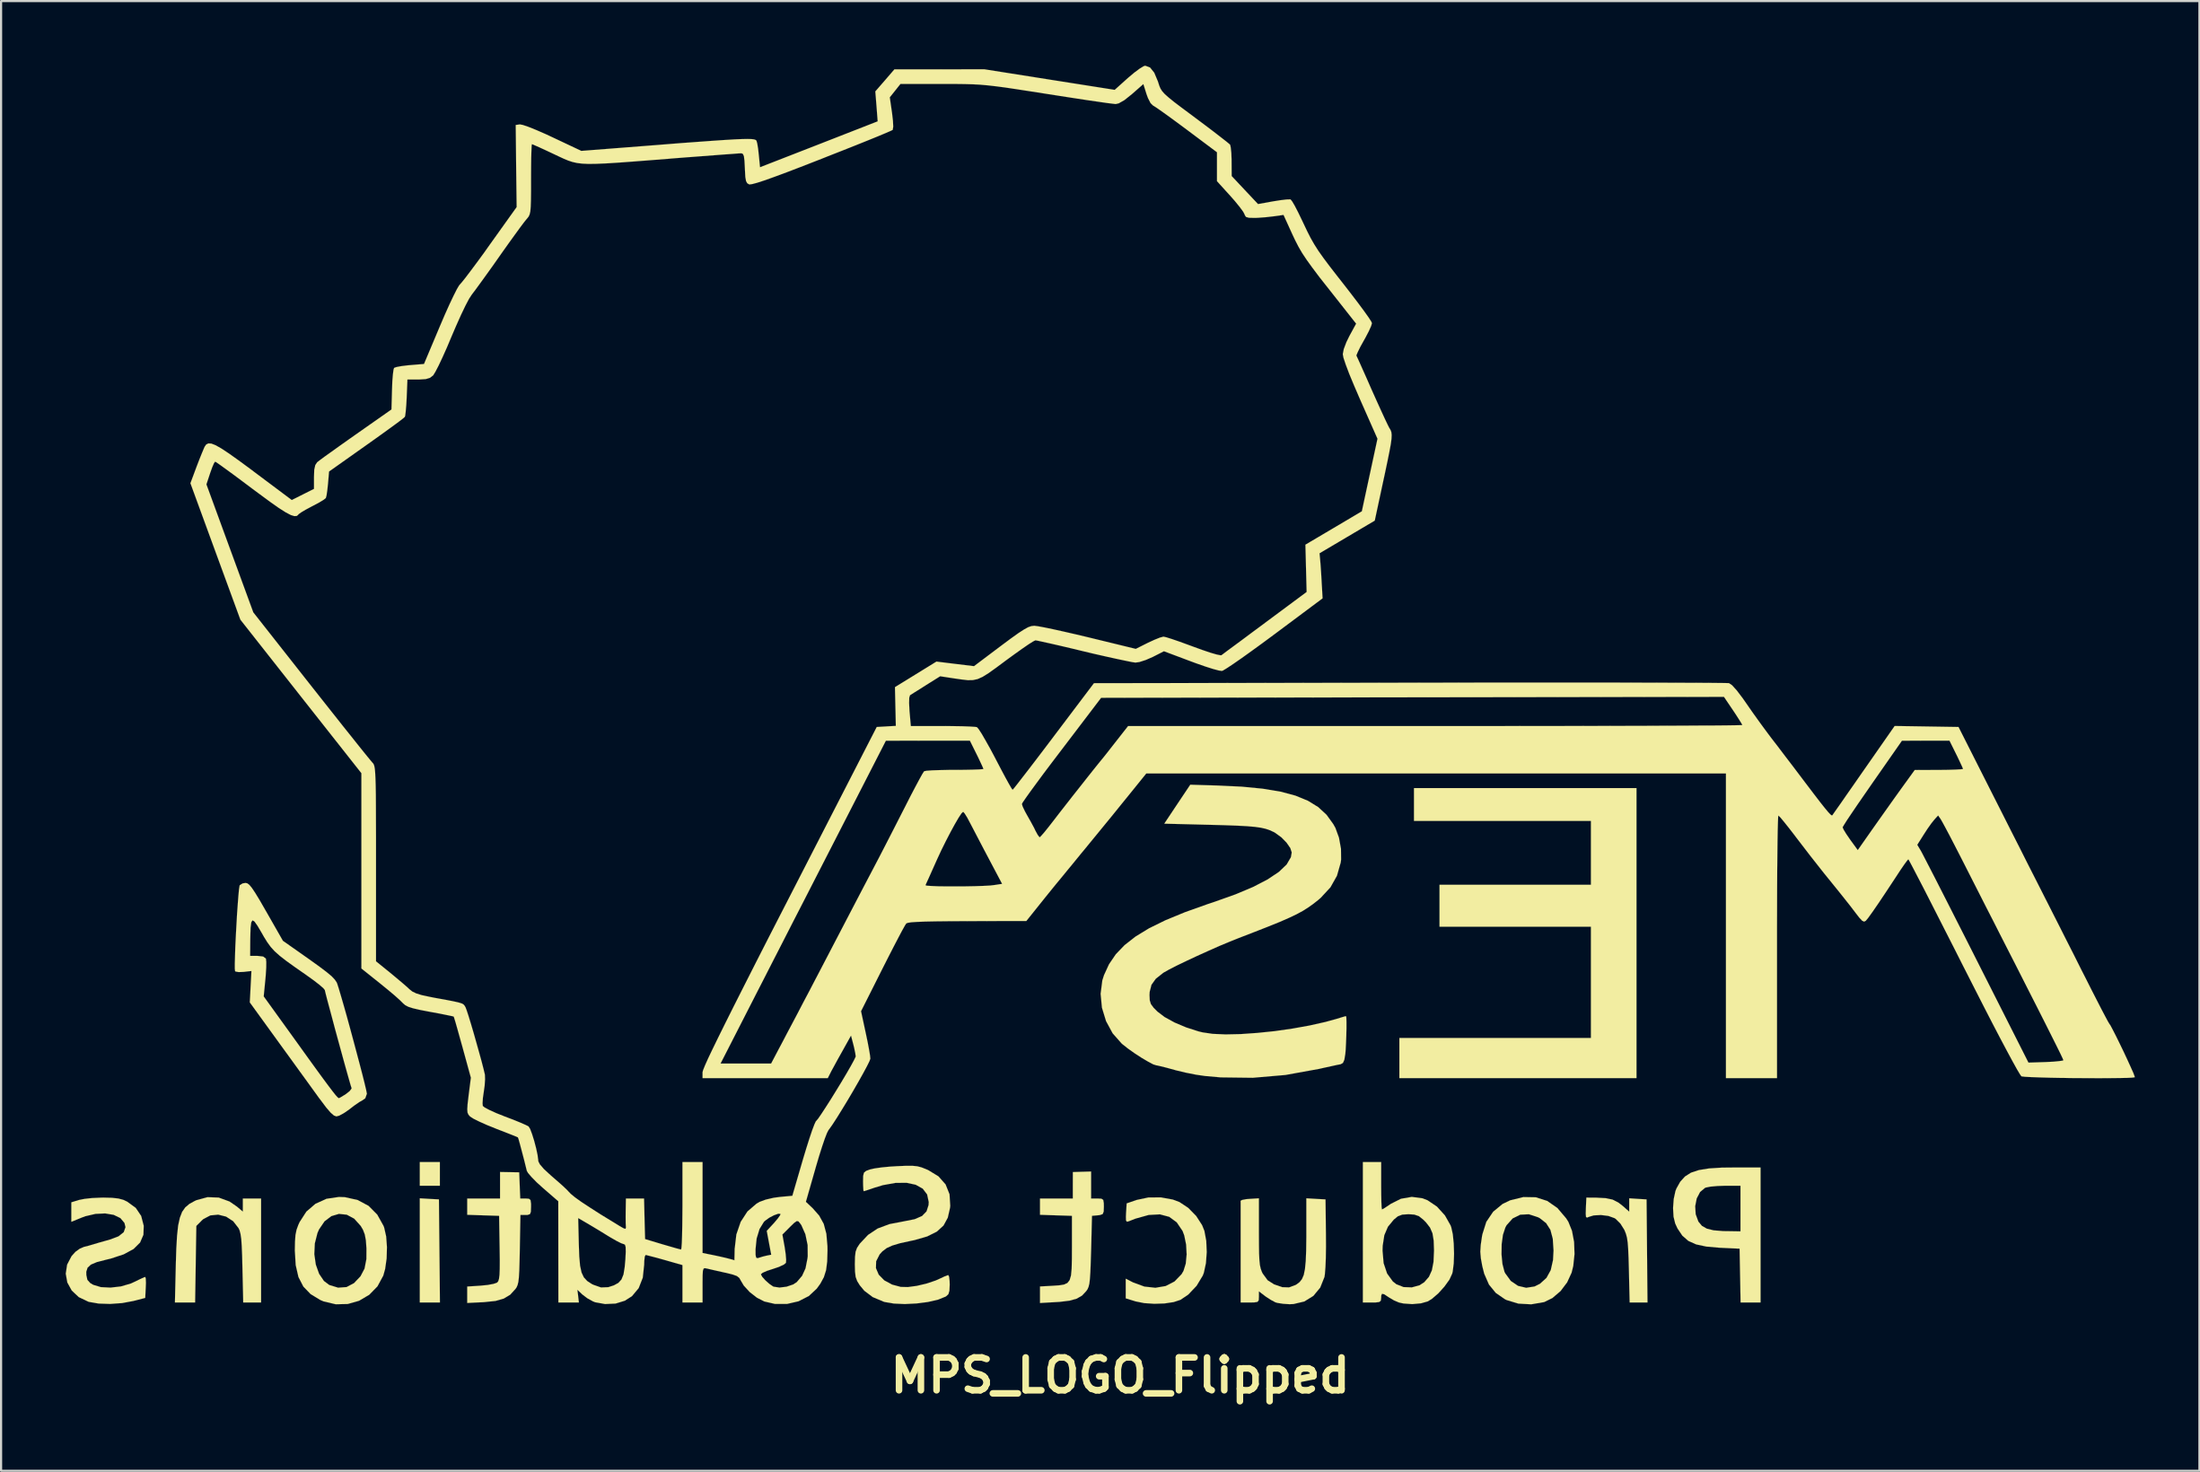
<source format=kicad_pcb>
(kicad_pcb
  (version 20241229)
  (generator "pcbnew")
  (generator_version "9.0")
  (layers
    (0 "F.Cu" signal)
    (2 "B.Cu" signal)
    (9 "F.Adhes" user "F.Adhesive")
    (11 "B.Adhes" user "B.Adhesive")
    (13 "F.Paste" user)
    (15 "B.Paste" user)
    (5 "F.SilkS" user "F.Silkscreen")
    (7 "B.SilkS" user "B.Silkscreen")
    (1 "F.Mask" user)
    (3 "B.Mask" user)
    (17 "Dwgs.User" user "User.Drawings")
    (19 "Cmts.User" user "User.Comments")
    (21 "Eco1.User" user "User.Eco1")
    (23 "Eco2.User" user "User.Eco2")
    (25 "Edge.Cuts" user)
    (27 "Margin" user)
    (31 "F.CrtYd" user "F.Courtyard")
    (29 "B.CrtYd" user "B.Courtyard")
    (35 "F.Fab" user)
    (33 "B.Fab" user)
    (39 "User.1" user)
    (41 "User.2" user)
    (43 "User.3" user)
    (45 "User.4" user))
  (footprint "MPS_LOGO_Flipped"
    (layer "F.Cu")
    (at 48.945 29.379)
    (property "Reference" "MPS_LOGO_Flipped" (at 0 31.41 0) (layer "F.SilkS") (effects (font (size 1.524 1.524) (thickness 0.305))))
    (attr through_hole)
    (fp_poly (pts (xy -31.58 22.606) (xy -32.512 22.606) (xy -32.512 21.506) (xy -31.58 21.506) (xy -31.58 22.606)) (stroke (width 0.003) (type solid)) (fill yes) (layer "F.SilkS"))
    (fp_poly (pts (xy -31.577 28.026) (xy -32.045 28.026) (xy -32.512 28.026) (xy -32.512 25.608) (xy -32.512 23.19) (xy -32.068 23.216) (xy -31.623 23.241) (xy -31.6 25.634) (xy -31.577 28.026)) (stroke (width 0.003) (type solid)) (fill yes) (layer "F.SilkS"))
    (fp_poly (pts (xy 23.96 17.612) (xy 12.954 17.612) (xy 12.954 15.748) (xy 21.844 15.748) (xy 21.844 10.584) (xy 14.816 10.584) (xy 14.816 8.636) (xy 21.844 8.636) (xy 21.844 5.674) (xy 13.632 5.674) (xy 13.632 4.15) (xy 23.96 4.15) (xy 23.96 17.612)) (stroke (width 0.003) (type solid)) (fill yes) (layer "F.SilkS"))
    (fp_poly (pts (xy 24.47 28.026) (xy 24.056 28.026) (xy 23.642 28.026) (xy 23.607 26.52) (xy 23.592 25.966) (xy 23.574 25.55) (xy 23.551 25.243) (xy 23.518 25.016) (xy 23.47 24.839) (xy 23.409 24.684) (xy 23.386 24.638) (xy 23.211 24.361) (xy 22.997 24.148) (xy 22.939 24.11) (xy 22.657 24.008) (xy 22.309 23.965) (xy 21.974 23.983) (xy 21.753 24.049) (xy 21.661 24.087) (xy 21.615 24.051) (xy 21.603 23.909) (xy 21.61 23.647) (xy 21.633 23.157) (xy 22.098 23.16) (xy 22.53 23.183) (xy 22.852 23.251) (xy 23.119 23.388) (xy 23.325 23.548) (xy 23.622 23.81) (xy 23.622 23.5) (xy 23.622 23.19) (xy 24.023 23.216) (xy 24.427 23.241) (xy 24.448 25.634) (xy 24.47 28.026)) (stroke (width 0.003) (type solid)) (fill yes) (layer "F.SilkS"))
    (fp_poly (pts (xy -39.878 28.026) (xy -40.292 28.026) (xy -40.706 28.026) (xy -40.742 26.439) (xy -40.757 25.85) (xy -40.775 25.405) (xy -40.797 25.08) (xy -40.831 24.846) (xy -40.874 24.681) (xy -40.922 24.575) (xy -41.173 24.252) (xy -41.501 24.039) (xy -41.867 23.947) (xy -42.233 23.983) (xy -42.56 24.155) (xy -42.626 24.214) (xy -42.883 24.473) (xy -42.911 26.248) (xy -42.939 28.026) (xy -43.409 28.026) (xy -43.876 28.026) (xy -43.835 26.269) (xy -43.812 25.522) (xy -43.777 24.922) (xy -43.726 24.453) (xy -43.647 24.092) (xy -43.541 23.818) (xy -43.396 23.612) (xy -43.208 23.452) (xy -42.969 23.32) (xy -42.883 23.279) (xy -42.362 23.137) (xy -41.841 23.157) (xy -41.341 23.34) (xy -41.001 23.574) (xy -40.724 23.807) (xy -40.724 23.503) (xy -40.724 23.2) (xy -40.302 23.2) (xy -39.878 23.2) (xy -39.878 25.613) (xy -39.878 28.026)) (stroke (width 0.003) (type solid)) (fill yes) (layer "F.SilkS"))
    (fp_poly (pts (xy -0.762 23.574) (xy -0.77 23.807) (xy -0.818 23.922) (xy -0.937 23.965) (xy -1.036 23.978) (xy -1.313 24.003) (xy -1.354 25.629) (xy -1.372 26.198) (xy -1.389 26.624) (xy -1.41 26.934) (xy -1.435 27.15) (xy -1.473 27.302) (xy -1.521 27.412) (xy -1.575 27.49) (xy -1.77 27.701) (xy -2.019 27.846) (xy -2.352 27.94) (xy -2.809 27.996) (xy -2.977 28.006) (xy -3.726 28.049) (xy -3.726 27.666) (xy -3.726 27.282) (xy -3.134 27.249) (xy -2.835 27.229) (xy -2.611 27.193) (xy -2.454 27.12) (xy -2.349 26.985) (xy -2.286 26.769) (xy -2.256 26.446) (xy -2.245 25.999) (xy -2.243 25.461) (xy -2.243 24.003) (xy -2.985 23.98) (xy -3.726 23.955) (xy -3.726 23.576) (xy -3.726 23.2) (xy -2.964 23.2) (xy -2.202 23.2) (xy -2.202 22.586) (xy -2.2 21.971) (xy -1.778 21.958) (xy -1.354 21.946) (xy -1.354 22.573) (xy -1.354 23.2) (xy -1.059 23.2) (xy -0.876 23.208) (xy -0.79 23.264) (xy -0.765 23.414) (xy -0.762 23.574)) (stroke (width 0.003) (type solid)) (fill yes) (layer "F.SilkS"))
    (fp_poly (pts (xy 29.718 28.026) (xy 29.253 28.026) (xy 28.791 28.026) (xy 28.786 27.747) (xy 28.786 24.724) (xy 28.786 23.665) (xy 28.786 22.606) (xy 28.07 22.606) (xy 27.711 22.619) (xy 27.396 22.647) (xy 27.178 22.69) (xy 27.142 22.703) (xy 26.911 22.896) (xy 26.754 23.195) (xy 26.683 23.556) (xy 26.706 23.929) (xy 26.83 24.267) (xy 26.835 24.275) (xy 26.995 24.468) (xy 27.219 24.597) (xy 27.536 24.676) (xy 27.981 24.712) (xy 28.174 24.714) (xy 28.786 24.724) (xy 28.786 27.747) (xy 28.768 26.777) (xy 28.745 25.527) (xy 27.813 25.484) (xy 27.201 25.43) (xy 26.728 25.329) (xy 26.365 25.166) (xy 26.086 24.922) (xy 25.862 24.587) (xy 25.756 24.359) (xy 25.679 24.046) (xy 25.657 23.642) (xy 25.687 23.221) (xy 25.768 22.85) (xy 25.814 22.733) (xy 25.989 22.421) (xy 26.208 22.179) (xy 26.487 22.001) (xy 26.853 21.88) (xy 27.328 21.803) (xy 27.932 21.765) (xy 28.451 21.76) (xy 29.718 21.76) (xy 29.718 24.892) (xy 29.718 28.026)) (stroke (width 0.003) (type solid)) (fill yes) (layer "F.SilkS"))
    (fp_poly (pts (xy 4.013 25.684) (xy 3.975 26.2) (xy 3.879 26.645) (xy 3.828 26.777) (xy 3.541 27.252) (xy 3.155 27.658) (xy 2.794 27.902) (xy 2.477 28.006) (xy 2.052 28.07) (xy 1.577 28.085) (xy 1.11 28.054) (xy 0.706 27.973) (xy 0.699 27.97) (xy 0.254 27.833) (xy 0.254 27.379) (xy 0.254 26.921) (xy 0.592 27.094) (xy 1.118 27.287) (xy 1.631 27.343) (xy 2.106 27.262) (xy 2.517 27.051) (xy 2.842 26.716) (xy 2.934 26.561) (xy 3.04 26.223) (xy 3.081 25.794) (xy 3.056 25.334) (xy 2.969 24.91) (xy 2.891 24.704) (xy 2.621 24.305) (xy 2.273 24.049) (xy 1.839 23.934) (xy 1.318 23.962) (xy 0.706 24.133) (xy 0.396 24.254) (xy 0.31 24.277) (xy 0.267 24.219) (xy 0.262 24.051) (xy 0.269 23.873) (xy 0.297 23.426) (xy 0.762 23.266) (xy 1.3 23.152) (xy 1.882 23.147) (xy 2.441 23.249) (xy 2.748 23.365) (xy 3.157 23.637) (xy 3.523 24.011) (xy 3.797 24.435) (xy 3.904 24.701) (xy 3.99 25.164) (xy 4.013 25.684)) (stroke (width 0.003) (type solid)) (fill yes) (layer "F.SilkS"))
    (fp_poly (pts (xy -27.348 23.581) (xy -27.356 23.815) (xy -27.399 23.924) (xy -27.506 23.96) (xy -27.595 23.962) (xy -27.841 23.962) (xy -27.869 25.563) (xy -27.882 26.129) (xy -27.894 26.551) (xy -27.912 26.855) (xy -27.937 27.069) (xy -27.973 27.216) (xy -28.021 27.325) (xy -28.077 27.404) (xy -28.318 27.666) (xy -28.613 27.843) (xy -28.994 27.953) (xy -29.5 28.006) (xy -29.566 28.011) (xy -30.31 28.047) (xy -30.31 27.666) (xy -30.31 27.285) (xy -29.68 27.244) (xy -29.352 27.211) (xy -29.083 27.16) (xy -28.923 27.102) (xy -28.915 27.094) (xy -28.867 27.033) (xy -28.834 26.921) (xy -28.811 26.739) (xy -28.801 26.457) (xy -28.799 26.058) (xy -28.806 25.512) (xy -28.806 25.494) (xy -28.829 24.003) (xy -29.571 23.98) (xy -30.31 23.955) (xy -30.31 23.576) (xy -30.31 23.2) (xy -29.548 23.2) (xy -28.786 23.2) (xy -28.786 22.583) (xy -28.786 21.968) (xy -28.341 21.976) (xy -27.897 21.984) (xy -27.874 22.591) (xy -27.849 23.2) (xy -27.597 23.2) (xy -27.445 23.211) (xy -27.371 23.274) (xy -27.348 23.439) (xy -27.348 23.581)) (stroke (width 0.003) (type solid)) (fill yes) (layer "F.SilkS"))
    (fp_poly (pts (xy -34.036 25.456) (xy -34.051 25.982) (xy -34.12 26.469) (xy -34.206 26.777) (xy -34.475 27.275) (xy -34.859 27.668) (xy -34.986 27.742) (xy -34.986 25.517) (xy -35.014 25.136) (xy -35.065 24.864) (xy -35.149 24.646) (xy -35.255 24.468) (xy -35.557 24.133) (xy -35.9 23.95) (xy -36.264 23.912) (xy -36.614 24.016) (xy -36.932 24.257) (xy -37.188 24.633) (xy -37.262 24.803) (xy -37.384 25.283) (xy -37.407 25.784) (xy -37.338 26.266) (xy -37.186 26.693) (xy -36.96 27.028) (xy -36.711 27.214) (xy -36.302 27.338) (xy -35.911 27.31) (xy -35.57 27.13) (xy -35.563 27.125) (xy -35.263 26.81) (xy -35.075 26.452) (xy -34.989 26.01) (xy -34.986 25.517) (xy -34.986 27.742) (xy -35.329 27.945) (xy -35.855 28.095) (xy -36.411 28.108) (xy -36.972 27.976) (xy -37.127 27.91) (xy -37.579 27.635) (xy -37.915 27.287) (xy -38.143 26.845) (xy -38.27 26.292) (xy -38.311 25.613) (xy -38.303 25.192) (xy -38.28 24.889) (xy -38.23 24.646) (xy -38.143 24.409) (xy -38.087 24.29) (xy -37.775 23.807) (xy -37.353 23.444) (xy -36.843 23.213) (xy -36.264 23.127) (xy -35.989 23.137) (xy -35.397 23.269) (xy -34.889 23.541) (xy -34.486 23.947) (xy -34.193 24.473) (xy -34.163 24.557) (xy -34.072 24.961) (xy -34.036 25.456)) (stroke (width 0.003) (type solid)) (fill yes) (layer "F.SilkS"))
    (fp_poly (pts (xy 21.082 25.778) (xy 21.024 26.33) (xy 20.947 26.642) (xy 20.739 27.092) (xy 20.432 27.498) (xy 20.109 27.772) (xy 20.109 25.613) (xy 20.074 25.067) (xy 19.964 24.653) (xy 19.766 24.343) (xy 19.469 24.11) (xy 19.39 24.069) (xy 18.964 23.929) (xy 18.562 23.95) (xy 18.209 24.125) (xy 17.927 24.442) (xy 17.871 24.547) (xy 17.76 24.884) (xy 17.701 25.319) (xy 17.694 25.791) (xy 17.737 26.238) (xy 17.831 26.599) (xy 17.864 26.667) (xy 18.125 27.026) (xy 18.461 27.254) (xy 18.839 27.343) (xy 19.23 27.282) (xy 19.482 27.155) (xy 19.782 26.883) (xy 19.98 26.523) (xy 20.086 26.053) (xy 20.109 25.613) (xy 20.109 27.772) (xy 20.061 27.816) (xy 19.675 28.006) (xy 19.073 28.11) (xy 18.476 28.077) (xy 17.932 27.912) (xy 17.854 27.874) (xy 17.427 27.579) (xy 17.112 27.193) (xy 16.891 26.688) (xy 16.802 26.335) (xy 16.736 25.974) (xy 16.711 25.669) (xy 16.731 25.352) (xy 16.789 24.956) (xy 16.81 24.851) (xy 16.99 24.282) (xy 17.308 23.812) (xy 17.742 23.454) (xy 18.095 23.284) (xy 18.71 23.132) (xy 19.286 23.142) (xy 19.815 23.312) (xy 20.287 23.64) (xy 20.696 24.122) (xy 20.798 24.285) (xy 20.965 24.699) (xy 21.062 25.215) (xy 21.082 25.778)) (stroke (width 0.003) (type solid)) (fill yes) (layer "F.SilkS"))
    (fp_poly (pts (xy 9.548 25.428) (xy 9.54 25.949) (xy 9.522 26.386) (xy 9.497 26.703) (xy 9.477 26.84) (xy 9.279 27.335) (xy 8.961 27.719) (xy 8.542 27.978) (xy 8.039 28.097) (xy 7.856 28.105) (xy 7.554 28.085) (xy 7.292 28.044) (xy 7.198 28.016) (xy 6.993 27.907) (xy 6.754 27.752) (xy 6.711 27.719) (xy 6.434 27.508) (xy 6.434 27.767) (xy 6.426 27.92) (xy 6.37 27.996) (xy 6.223 28.021) (xy 6.012 28.026) (xy 5.588 28.026) (xy 5.588 25.697) (xy 5.588 25.085) (xy 5.588 24.529) (xy 5.588 24.049) (xy 5.588 23.673) (xy 5.588 23.416) (xy 5.585 23.307) (xy 5.585 23.305) (xy 5.662 23.264) (xy 5.857 23.228) (xy 6.01 23.216) (xy 6.434 23.19) (xy 6.434 24.765) (xy 6.436 25.329) (xy 6.441 25.753) (xy 6.457 26.063) (xy 6.48 26.286) (xy 6.518 26.457) (xy 6.568 26.596) (xy 6.609 26.68) (xy 6.838 26.993) (xy 7.137 27.183) (xy 7.516 27.315) (xy 7.831 27.325) (xy 8.133 27.214) (xy 8.186 27.183) (xy 8.326 27.076) (xy 8.435 26.937) (xy 8.517 26.744) (xy 8.572 26.474) (xy 8.608 26.106) (xy 8.628 25.621) (xy 8.636 24.991) (xy 8.636 24.783) (xy 8.636 23.19) (xy 9.081 23.216) (xy 9.525 23.241) (xy 9.545 24.851) (xy 9.548 25.428)) (stroke (width 0.003) (type solid)) (fill yes) (layer "F.SilkS"))
    (fp_poly (pts (xy -45.222 27.114) (xy -45.23 27.328) (xy -45.255 27.813) (xy -45.804 27.955) (xy -46.327 28.052) (xy -46.883 28.092) (xy -47.417 28.075) (xy -47.859 27.998) (xy -47.899 27.986) (xy -48.341 27.775) (xy -48.666 27.468) (xy -48.87 27.097) (xy -48.943 26.688) (xy -48.88 26.269) (xy -48.674 25.875) (xy -48.494 25.674) (xy -48.29 25.527) (xy -48.1 25.446) (xy -47.887 25.392) (xy -47.643 25.321) (xy -47.407 25.25) (xy -47.092 25.161) (xy -46.886 25.103) (xy -46.49 24.953) (xy -46.251 24.76) (xy -46.17 24.529) (xy -46.218 24.333) (xy -46.408 24.107) (xy -46.718 23.957) (xy -47.114 23.891) (xy -47.564 23.912) (xy -48.034 24.021) (xy -48.197 24.082) (xy -48.684 24.28) (xy -48.684 23.828) (xy -48.684 23.376) (xy -48.324 23.266) (xy -48.069 23.216) (xy -47.714 23.177) (xy -47.318 23.16) (xy -47.201 23.157) (xy -46.792 23.167) (xy -46.5 23.2) (xy -46.271 23.261) (xy -46.088 23.348) (xy -45.695 23.635) (xy -45.443 24.008) (xy -45.324 24.465) (xy -45.339 24.884) (xy -45.494 25.243) (xy -45.796 25.542) (xy -46.251 25.789) (xy -46.86 25.989) (xy -47.074 26.04) (xy -47.498 26.149) (xy -47.775 26.266) (xy -47.93 26.408) (xy -47.991 26.596) (xy -47.988 26.751) (xy -47.94 26.975) (xy -47.808 27.122) (xy -47.668 27.206) (xy -47.31 27.313) (xy -46.866 27.335) (xy -46.383 27.28) (xy -45.921 27.145) (xy -45.745 27.064) (xy -45.499 26.944) (xy -45.319 26.863) (xy -45.253 26.84) (xy -45.23 26.916) (xy -45.222 27.114)) (stroke (width 0.003) (type solid)) (fill yes) (layer "F.SilkS"))
    (fp_poly (pts (xy 15.491 25.761) (xy 15.476 26.218) (xy 15.428 26.594) (xy 15.405 26.685) (xy 15.276 26.965) (xy 15.044 27.287) (xy 14.762 27.6) (xy 14.562 27.772) (xy 14.562 25.618) (xy 14.562 25.611) (xy 14.547 25.154) (xy 14.491 24.813) (xy 14.376 24.547) (xy 14.186 24.303) (xy 14.061 24.178) (xy 13.858 24.016) (xy 13.647 23.945) (xy 13.378 23.927) (xy 13.086 23.947) (xy 12.88 24.026) (xy 12.695 24.178) (xy 12.423 24.508) (xy 12.255 24.9) (xy 12.179 25.39) (xy 12.172 25.621) (xy 12.222 26.2) (xy 12.383 26.68) (xy 12.649 27.048) (xy 12.812 27.178) (xy 13.147 27.31) (xy 13.531 27.325) (xy 13.891 27.226) (xy 14.11 27.084) (xy 14.326 26.835) (xy 14.463 26.533) (xy 14.539 26.139) (xy 14.562 25.618) (xy 14.562 27.772) (xy 14.468 27.854) (xy 14.275 27.973) (xy 13.955 28.064) (xy 13.551 28.1) (xy 13.145 28.072) (xy 12.936 28.026) (xy 12.703 27.927) (xy 12.461 27.783) (xy 12.456 27.78) (xy 12.253 27.645) (xy 12.149 27.62) (xy 12.111 27.706) (xy 12.108 27.813) (xy 12.093 27.94) (xy 12.024 28.001) (xy 11.854 28.024) (xy 11.684 28.026) (xy 11.26 28.026) (xy 11.26 24.765) (xy 11.26 21.506) (xy 11.684 21.506) (xy 12.108 21.506) (xy 12.108 22.606) (xy 12.111 23.015) (xy 12.118 23.355) (xy 12.129 23.597) (xy 12.144 23.703) (xy 12.146 23.708) (xy 12.233 23.663) (xy 12.41 23.548) (xy 12.558 23.447) (xy 13.028 23.211) (xy 13.531 23.124) (xy 14.028 23.19) (xy 14.262 23.282) (xy 14.696 23.574) (xy 15.067 23.983) (xy 15.331 24.45) (xy 15.362 24.536) (xy 15.433 24.859) (xy 15.476 25.288) (xy 15.491 25.761)) (stroke (width 0.003) (type solid)) (fill yes) (layer "F.SilkS"))
    (fp_poly (pts (xy -7.892 23.536) (xy -7.902 23.635) (xy -8.006 24.089) (xy -8.204 24.453) (xy -8.517 24.737) (xy -8.959 24.958) (xy -9.545 25.128) (xy -9.705 25.161) (xy -10.208 25.27) (xy -10.577 25.38) (xy -10.841 25.499) (xy -11.039 25.649) (xy -11.168 25.791) (xy -11.331 26.111) (xy -11.341 26.431) (xy -11.212 26.733) (xy -10.955 26.998) (xy -10.587 27.196) (xy -10.19 27.302) (xy -9.863 27.31) (xy -9.444 27.254) (xy -8.992 27.148) (xy -8.567 27.005) (xy -8.364 26.914) (xy -8.153 26.815) (xy -8.006 26.759) (xy -7.983 26.754) (xy -7.945 26.833) (xy -7.922 27.028) (xy -7.917 27.198) (xy -7.93 27.478) (xy -7.978 27.64) (xy -8.085 27.739) (xy -8.103 27.75) (xy -8.453 27.892) (xy -8.923 28.001) (xy -9.454 28.07) (xy -10 28.097) (xy -10.508 28.075) (xy -10.93 28.003) (xy -10.973 27.991) (xy -11.488 27.775) (xy -11.88 27.48) (xy -12.088 27.229) (xy -12.21 27.033) (xy -12.281 26.84) (xy -12.311 26.596) (xy -12.319 26.248) (xy -12.311 25.9) (xy -12.283 25.667) (xy -12.217 25.489) (xy -12.101 25.311) (xy -12.085 25.291) (xy -11.707 24.889) (xy -11.26 24.592) (xy -10.711 24.387) (xy -10.033 24.257) (xy -9.543 24.16) (xy -9.2 24.011) (xy -8.992 23.797) (xy -8.898 23.505) (xy -8.89 23.36) (xy -8.964 23.01) (xy -9.169 22.741) (xy -9.495 22.56) (xy -9.919 22.469) (xy -10.432 22.474) (xy -11.013 22.578) (xy -11.394 22.692) (xy -11.654 22.781) (xy -11.841 22.842) (xy -11.91 22.86) (xy -11.925 22.784) (xy -11.935 22.588) (xy -11.938 22.408) (xy -11.933 22.146) (xy -11.895 21.999) (xy -11.798 21.918) (xy -11.62 21.852) (xy -11.405 21.803) (xy -11.069 21.755) (xy -10.668 21.717) (xy -10.363 21.699) (xy -9.942 21.681) (xy -9.644 21.681) (xy -9.418 21.704) (xy -9.223 21.755) (xy -9.007 21.841) (xy -8.913 21.882) (xy -8.438 22.172) (xy -8.108 22.545) (xy -7.925 23.002) (xy -7.892 23.536)) (stroke (width 0.003) (type solid)) (fill yes) (layer "F.SilkS"))
    (fp_poly (pts (xy -34.968 18.339) (xy -35.042 18.547) (xy -35.159 18.631) (xy -35.326 18.727) (xy -35.565 18.893) (xy -35.679 18.981) (xy -35.679 18.098) (xy -35.679 18.07) (xy -35.72 17.94) (xy -35.796 17.676) (xy -35.9 17.308) (xy -36.025 16.861) (xy -36.162 16.36) (xy -36.307 15.832) (xy -36.452 15.301) (xy -36.586 14.796) (xy -36.708 14.341) (xy -36.81 13.962) (xy -36.881 13.686) (xy -36.916 13.538) (xy -36.919 13.523) (xy -36.985 13.439) (xy -37.165 13.282) (xy -37.435 13.073) (xy -37.76 12.84) (xy -37.777 12.827) (xy -38.298 12.464) (xy -38.702 12.174) (xy -39.009 11.935) (xy -39.243 11.727) (xy -39.428 11.524) (xy -39.586 11.308) (xy -39.741 11.059) (xy -39.842 10.881) (xy -40.041 10.544) (xy -40.183 10.343) (xy -40.277 10.287) (xy -40.335 10.386) (xy -40.366 10.638) (xy -40.378 11.054) (xy -40.381 11.199) (xy -40.386 11.938) (xy -40.046 11.938) (xy -39.781 11.968) (xy -39.654 12.065) (xy -39.652 12.075) (xy -39.637 12.215) (xy -39.639 12.479) (xy -39.66 12.819) (xy -39.677 13.015) (xy -39.756 13.818) (xy -38.163 16.027) (xy -37.681 16.698) (xy -37.287 17.242) (xy -36.972 17.673) (xy -36.728 18.001) (xy -36.546 18.24) (xy -36.419 18.4) (xy -36.332 18.496) (xy -36.281 18.537) (xy -36.266 18.542) (xy -36.182 18.501) (xy -36.012 18.397) (xy -35.941 18.352) (xy -35.766 18.214) (xy -35.679 18.098) (xy -35.679 18.981) (xy -35.771 19.053) (xy -36.022 19.228) (xy -36.248 19.352) (xy -36.38 19.388) (xy -36.495 19.347) (xy -36.647 19.215) (xy -36.855 18.974) (xy -37.132 18.605) (xy -37.196 18.522) (xy -37.427 18.202) (xy -37.734 17.777) (xy -38.095 17.28) (xy -38.486 16.739) (xy -38.885 16.19) (xy -39.113 15.875) (xy -40.401 14.097) (xy -40.363 13.368) (xy -40.325 12.639) (xy -40.683 12.68) (xy -40.912 12.69) (xy -41.062 12.664) (xy -41.084 12.647) (xy -41.097 12.537) (xy -41.097 12.289) (xy -41.087 11.933) (xy -41.072 11.493) (xy -41.049 11.006) (xy -41.021 10.498) (xy -40.993 9.997) (xy -40.96 9.538) (xy -40.93 9.144) (xy -40.902 8.849) (xy -40.876 8.682) (xy -40.869 8.659) (xy -40.737 8.575) (xy -40.599 8.552) (xy -40.516 8.57) (xy -40.422 8.641) (xy -40.305 8.783) (xy -40.15 9.014) (xy -39.944 9.352) (xy -39.675 9.82) (xy -39.632 9.893) (xy -38.865 11.237) (xy -37.656 12.088) (xy -37.191 12.421) (xy -36.848 12.68) (xy -36.609 12.878) (xy -36.457 13.038) (xy -36.368 13.17) (xy -36.347 13.221) (xy -36.276 13.442) (xy -36.175 13.782) (xy -36.048 14.219) (xy -35.905 14.724) (xy -35.753 15.278) (xy -35.598 15.852) (xy -35.446 16.421) (xy -35.303 16.96) (xy -35.176 17.445) (xy -35.075 17.849) (xy -35.004 18.148) (xy -34.971 18.316) (xy -34.968 18.339)) (stroke (width 0.003) (type solid)) (fill yes) (layer "F.SilkS"))
    (fp_poly (pts (xy 10.498 15.306) (xy 10.49 15.644) (xy 10.477 15.984) (xy 10.462 16.289) (xy 10.444 16.49) (xy 10.399 16.761) (xy 10.335 16.906) (xy 10.231 16.965) (xy 10.211 16.97) (xy 10.053 17) (xy 9.776 17.061) (xy 9.428 17.137) (xy 9.225 17.183) (xy 7.666 17.465) (xy 6.152 17.595) (xy 4.661 17.577) (xy 3.937 17.513) (xy 3.518 17.452) (xy 3.033 17.356) (xy 2.578 17.247) (xy 2.515 17.229) (xy 2.174 17.135) (xy 1.892 17.064) (xy 1.712 17.023) (xy 1.674 17.018) (xy 1.529 16.972) (xy 1.29 16.845) (xy 0.988 16.667) (xy 0.665 16.457) (xy 0.356 16.238) (xy 0.099 16.035) (xy 0.066 16.007) (xy -0.353 15.532) (xy -0.66 14.966) (xy -0.851 14.341) (xy -0.912 13.698) (xy -0.833 13.076) (xy -0.754 12.83) (xy -0.523 12.327) (xy -0.208 11.864) (xy 0.201 11.438) (xy 0.711 11.039) (xy 1.341 10.655) (xy 2.101 10.282) (xy 3.002 9.911) (xy 4.056 9.535) (xy 4.361 9.434) (xy 5.339 9.086) (xy 6.167 8.738) (xy 6.843 8.387) (xy 7.363 8.039) (xy 7.722 7.696) (xy 7.92 7.358) (xy 7.958 7.137) (xy 7.892 6.932) (xy 7.719 6.683) (xy 7.478 6.436) (xy 7.203 6.236) (xy 7.12 6.187) (xy 6.942 6.106) (xy 6.751 6.04) (xy 6.528 5.989) (xy 6.246 5.949) (xy 5.885 5.918) (xy 5.423 5.893) (xy 4.836 5.872) (xy 4.105 5.852) (xy 4.089 5.852) (xy 2.042 5.801) (xy 2.644 4.897) (xy 3.249 3.993) (xy 4.524 4.031) (xy 5.644 4.084) (xy 6.609 4.178) (xy 7.435 4.315) (xy 8.131 4.501) (xy 8.712 4.74) (xy 9.19 5.034) (xy 9.576 5.392) (xy 9.883 5.817) (xy 9.985 5.999) (xy 10.15 6.452) (xy 10.244 6.97) (xy 10.249 7.47) (xy 10.231 7.605) (xy 10.056 8.219) (xy 9.754 8.755) (xy 9.307 9.238) (xy 9.19 9.34) (xy 8.956 9.525) (xy 8.722 9.69) (xy 8.473 9.848) (xy 8.184 10.005) (xy 7.836 10.17) (xy 7.407 10.358) (xy 6.881 10.571) (xy 6.233 10.825) (xy 5.504 11.107) (xy 5.085 11.275) (xy 4.597 11.478) (xy 4.077 11.709) (xy 3.548 11.948) (xy 3.048 12.182) (xy 2.606 12.395) (xy 2.25 12.578) (xy 2.017 12.71) (xy 1.989 12.728) (xy 1.648 13) (xy 1.448 13.279) (xy 1.364 13.607) (xy 1.356 13.752) (xy 1.367 13.998) (xy 1.42 14.173) (xy 1.547 14.346) (xy 1.727 14.526) (xy 2.062 14.78) (xy 2.522 15.032) (xy 3.058 15.258) (xy 3.625 15.441) (xy 3.823 15.489) (xy 4.288 15.557) (xy 4.887 15.583) (xy 5.585 15.568) (xy 6.355 15.514) (xy 7.165 15.431) (xy 7.983 15.314) (xy 8.781 15.171) (xy 9.525 15.004) (xy 10.033 14.864) (xy 10.274 14.79) (xy 10.437 14.742) (xy 10.477 14.735) (xy 10.493 14.811) (xy 10.498 15.014) (xy 10.498 15.306)) (stroke (width 0.003) (type solid)) (fill yes) (layer "F.SilkS"))
    (fp_poly (pts (xy 47.087 17.572) (xy 46.987 17.587) (xy 46.744 17.6) (xy 46.383 17.607) (xy 45.928 17.612) (xy 45.405 17.615) (xy 44.841 17.612) (xy 44.26 17.61) (xy 43.772 17.602) (xy 43.772 16.779) (xy 43.739 16.698) (xy 43.64 16.487) (xy 43.472 16.147) (xy 43.233 15.669) (xy 42.926 15.057) (xy 42.545 14.303) (xy 42.09 13.409) (xy 41.562 12.367) (xy 41.105 11.473) (xy 40.841 10.955) (xy 40.523 10.328) (xy 40.17 9.639) (xy 39.809 8.928) (xy 39.459 8.24) (xy 39.268 7.864) (xy 39.116 7.564) (xy 39.116 3.261) (xy 39.08 3.172) (xy 38.986 2.969) (xy 38.854 2.69) (xy 38.801 2.583) (xy 38.486 1.948) (xy 37.384 1.948) (xy 36.279 1.951) (xy 34.907 3.917) (xy 34.552 4.43) (xy 34.229 4.897) (xy 33.955 5.301) (xy 33.736 5.626) (xy 33.592 5.855) (xy 33.528 5.964) (xy 33.525 5.969) (xy 33.571 6.076) (xy 33.691 6.274) (xy 33.863 6.525) (xy 33.873 6.54) (xy 34.229 7.028) (xy 34.897 6.076) (xy 35.225 5.611) (xy 35.596 5.088) (xy 35.959 4.577) (xy 36.218 4.216) (xy 36.873 3.31) (xy 37.993 3.307) (xy 38.407 3.302) (xy 38.753 3.292) (xy 38.997 3.279) (xy 39.111 3.264) (xy 39.116 3.261) (xy 39.116 7.564) (xy 38.986 7.31) (xy 38.722 6.797) (xy 38.489 6.347) (xy 38.296 5.984) (xy 38.158 5.73) (xy 38.085 5.603) (xy 38.085 5.601) (xy 37.958 5.42) (xy 37.785 5.611) (xy 37.648 5.781) (xy 37.465 6.038) (xy 37.3 6.292) (xy 36.99 6.782) (xy 37.153 7.054) (xy 37.219 7.176) (xy 37.353 7.435) (xy 37.551 7.818) (xy 37.805 8.311) (xy 38.105 8.9) (xy 38.448 9.573) (xy 38.824 10.315) (xy 39.23 11.113) (xy 39.654 11.951) (xy 39.733 12.108) (xy 42.151 16.891) (xy 42.962 16.866) (xy 43.31 16.848) (xy 43.581 16.822) (xy 43.744 16.797) (xy 43.772 16.779) (xy 43.772 17.602) (xy 43.685 17.602) (xy 43.147 17.592) (xy 42.667 17.579) (xy 42.273 17.564) (xy 41.986 17.549) (xy 41.836 17.531) (xy 41.824 17.526) (xy 41.758 17.435) (xy 41.62 17.203) (xy 41.42 16.843) (xy 41.161 16.363) (xy 40.848 15.773) (xy 40.49 15.088) (xy 40.091 14.313) (xy 39.657 13.462) (xy 39.192 12.548) (xy 39.141 12.449) (xy 38.71 11.595) (xy 38.298 10.787) (xy 37.917 10.038) (xy 37.572 9.36) (xy 37.267 8.763) (xy 37.008 8.265) (xy 36.805 7.874) (xy 36.662 7.605) (xy 36.586 7.468) (xy 36.576 7.455) (xy 36.515 7.521) (xy 36.383 7.701) (xy 36.2 7.968) (xy 35.997 8.278) (xy 35.565 8.933) (xy 35.207 9.469) (xy 34.922 9.883) (xy 34.717 10.168) (xy 34.6 10.31) (xy 34.524 10.348) (xy 34.432 10.305) (xy 34.293 10.155) (xy 34.12 9.931) (xy 33.876 9.611) (xy 33.584 9.243) (xy 33.31 8.9) (xy 33.302 8.89) (xy 32.642 8.075) (xy 32.022 7.287) (xy 31.382 6.454) (xy 31.285 6.325) (xy 31.029 5.994) (xy 30.808 5.718) (xy 30.643 5.519) (xy 30.551 5.428) (xy 30.544 5.425) (xy 30.533 5.507) (xy 30.523 5.743) (xy 30.513 6.124) (xy 30.505 6.632) (xy 30.498 7.259) (xy 30.49 7.986) (xy 30.485 8.804) (xy 30.483 9.698) (xy 30.48 10.653) (xy 30.48 11.516) (xy 30.48 17.612) (xy 29.294 17.612) (xy 28.872 17.612) (xy 28.872 1.224) (xy 28.826 1.138) (xy 28.707 0.947) (xy 28.537 0.683) (xy 28.445 0.546) (xy 28.019 -0.084) (xy 13.566 -0.064) (xy -0.889 -0.041) (xy -2.725 2.372) (xy -3.15 2.931) (xy -3.541 3.449) (xy -3.884 3.914) (xy -4.171 4.305) (xy -4.387 4.608) (xy -4.524 4.808) (xy -4.567 4.887) (xy -4.529 5.011) (xy -4.427 5.225) (xy -4.331 5.4) (xy -4.161 5.7) (xy -4 5.997) (xy -3.94 6.124) (xy -3.835 6.317) (xy -3.754 6.424) (xy -3.736 6.431) (xy -3.668 6.365) (xy -3.518 6.193) (xy -3.312 5.936) (xy -3.091 5.652) (xy -2.84 5.326) (xy -2.537 4.938) (xy -2.207 4.516) (xy -1.869 4.089) (xy -1.549 3.683) (xy -1.265 3.325) (xy -1.039 3.043) (xy -0.894 2.865) (xy -0.886 2.855) (xy -0.782 2.728) (xy -0.602 2.502) (xy -0.376 2.212) (xy -0.198 1.986) (xy 0.363 1.27) (xy 14.618 1.27) (xy 16.157 1.27) (xy 17.65 1.27) (xy 19.088 1.267) (xy 20.462 1.267) (xy 21.765 1.265) (xy 22.987 1.262) (xy 24.117 1.26) (xy 25.149 1.255) (xy 26.073 1.252) (xy 26.881 1.247) (xy 27.564 1.245) (xy 28.113 1.24) (xy 28.519 1.234) (xy 28.776 1.229) (xy 28.87 1.224) (xy 28.872 1.224) (xy 28.872 17.612) (xy 28.11 17.612) (xy 28.11 10.541) (xy 28.11 3.472) (xy 14.658 3.472) (xy 1.206 3.472) (xy 0.371 4.506) (xy 0.01 4.95) (xy -0.378 5.431) (xy -0.757 5.893) (xy -1.079 6.287) (xy -1.128 6.347) (xy -1.397 6.675) (xy -1.638 6.97) (xy -1.826 7.196) (xy -1.93 7.325) (xy -2.037 7.455) (xy -2.225 7.686) (xy -2.466 7.978) (xy -2.692 8.255) (xy -3.015 8.646) (xy -3.363 9.075) (xy -3.686 9.477) (xy -3.84 9.67) (xy -4.361 10.32) (xy -5.484 10.32) (xy -5.484 8.595) (xy -6.088 7.452) (xy -6.327 7) (xy -6.35 6.955) (xy -6.35 3.261) (xy -6.386 3.172) (xy -6.48 2.969) (xy -6.612 2.69) (xy -6.665 2.583) (xy -6.98 1.948) (xy -8.931 1.948) (xy -10.879 1.951) (xy -13.165 6.413) (xy -13.642 7.343) (xy -14.145 8.324) (xy -14.661 9.332) (xy -15.177 10.335) (xy -15.674 11.308) (xy -16.142 12.22) (xy -16.563 13.045) (xy -16.927 13.754) (xy -17.003 13.904) (xy -18.552 16.934) (xy -17.379 16.934) (xy -16.205 16.934) (xy -15.86 16.279) (xy -15.679 15.938) (xy -15.453 15.507) (xy -15.204 15.037) (xy -14.976 14.605) (xy -14.722 14.117) (xy -14.437 13.579) (xy -14.166 13.058) (xy -13.973 12.69) (xy -13.266 11.333) (xy -12.583 10.023) (xy -11.941 8.793) (xy -11.481 7.917) (xy -11.199 7.379) (xy -10.874 6.749) (xy -10.531 6.081) (xy -10.201 5.433) (xy -9.977 4.996) (xy -9.736 4.521) (xy -9.515 4.1) (xy -9.329 3.752) (xy -9.192 3.505) (xy -9.111 3.378) (xy -9.101 3.368) (xy -8.992 3.345) (xy -8.743 3.327) (xy -8.387 3.315) (xy -7.955 3.305) (xy -7.684 3.305) (xy -7.231 3.302) (xy -6.843 3.294) (xy -6.551 3.284) (xy -6.38 3.269) (xy -6.35 3.261) (xy -6.35 6.955) (xy -6.561 6.553) (xy -6.769 6.154) (xy -6.929 5.847) (xy -6.965 5.779) (xy -7.104 5.517) (xy -7.221 5.329) (xy -7.292 5.25) (xy -7.369 5.321) (xy -7.501 5.519) (xy -7.676 5.819) (xy -7.879 6.19) (xy -8.095 6.607) (xy -8.311 7.043) (xy -8.509 7.47) (xy -8.519 7.493) (xy -8.73 7.965) (xy -8.895 8.334) (xy -9.007 8.58) (xy -9.042 8.659) (xy -8.974 8.679) (xy -8.768 8.694) (xy -8.456 8.707) (xy -8.065 8.712) (xy -7.628 8.712) (xy -7.176 8.71) (xy -6.741 8.702) (xy -6.353 8.689) (xy -6.04 8.672) (xy -5.855 8.651) (xy -5.484 8.595) (xy -5.484 10.32) (xy -7.097 10.325) (xy -7.902 10.328) (xy -8.552 10.335) (xy -9.06 10.345) (xy -9.439 10.361) (xy -9.7 10.378) (xy -9.863 10.404) (xy -9.936 10.434) (xy -9.936 10.437) (xy -10 10.538) (xy -10.13 10.77) (xy -10.31 11.11) (xy -10.533 11.539) (xy -10.787 12.035) (xy -11.034 12.522) (xy -12.032 14.506) (xy -11.816 15.509) (xy -11.73 15.918) (xy -11.661 16.281) (xy -11.615 16.558) (xy -11.6 16.708) (xy -11.643 16.828) (xy -11.76 17.064) (xy -11.935 17.389) (xy -12.154 17.78) (xy -12.4 18.207) (xy -12.659 18.646) (xy -12.916 19.068) (xy -13.152 19.449) (xy -13.353 19.759) (xy -13.505 19.975) (xy -13.543 20.025) (xy -13.612 20.157) (xy -13.716 20.424) (xy -13.843 20.798) (xy -13.985 21.247) (xy -14.133 21.747) (xy -14.14 21.773) (xy -14.592 23.353) (xy -14.282 23.645) (xy -13.975 23.993) (xy -13.764 24.376) (xy -13.642 24.834) (xy -13.592 25.405) (xy -13.589 25.613) (xy -13.604 26.129) (xy -13.655 26.525) (xy -13.757 26.85) (xy -13.922 27.153) (xy -14.087 27.381) (xy -14.458 27.727) (xy -14.506 27.75) (xy -14.506 25.878) (xy -14.511 25.357) (xy -14.615 24.856) (xy -14.801 24.435) (xy -14.864 24.346) (xy -14.94 24.257) (xy -15.016 24.247) (xy -15.133 24.328) (xy -15.326 24.514) (xy -15.337 24.526) (xy -15.682 24.872) (xy -15.575 25.466) (xy -15.53 25.778) (xy -15.509 26.035) (xy -15.517 26.182) (xy -15.517 26.185) (xy -15.618 26.269) (xy -15.768 26.337) (xy -15.768 23.912) (xy -15.878 23.906) (xy -16.071 23.975) (xy -16.289 24.089) (xy -16.477 24.224) (xy -16.54 24.282) (xy -16.744 24.615) (xy -16.878 25.057) (xy -16.929 25.555) (xy -16.929 25.557) (xy -16.927 25.819) (xy -16.899 25.944) (xy -16.835 25.969) (xy -16.784 25.954) (xy -16.586 25.893) (xy -16.419 25.852) (xy -16.2 25.809) (xy -16.304 25.255) (xy -16.408 24.701) (xy -16.066 24.331) (xy -15.893 24.125) (xy -15.786 23.973) (xy -15.768 23.912) (xy -15.768 26.337) (xy -15.834 26.37) (xy -16.121 26.467) (xy -16.401 26.558) (xy -16.601 26.647) (xy -16.68 26.716) (xy -16.68 26.718) (xy -16.619 26.833) (xy -16.472 26.998) (xy -16.286 27.163) (xy -16.116 27.28) (xy -16.086 27.292) (xy -15.817 27.333) (xy -15.486 27.292) (xy -15.179 27.188) (xy -15.016 27.081) (xy -14.768 26.789) (xy -14.608 26.441) (xy -14.519 25.987) (xy -14.506 25.878) (xy -14.506 27.75) (xy -14.93 27.968) (xy -15.466 28.092) (xy -16.027 28.092) (xy -16.52 27.978) (xy -16.863 27.803) (xy -17.201 27.539) (xy -17.475 27.239) (xy -17.612 27.008) (xy -17.681 26.886) (xy -17.793 26.797) (xy -17.991 26.726) (xy -18.308 26.647) (xy -18.362 26.637) (xy -18.699 26.561) (xy -18.992 26.495) (xy -19.185 26.449) (xy -19.202 26.446) (xy -19.289 26.431) (xy -19.342 26.457) (xy -19.373 26.558) (xy -19.385 26.759) (xy -19.388 27.094) (xy -19.388 27.211) (xy -19.388 28.026) (xy -19.855 28.026) (xy -20.32 28.026) (xy -20.32 27.158) (xy -20.32 26.289) (xy -21.145 26.053) (xy -21.499 25.954) (xy -21.791 25.878) (xy -21.981 25.829) (xy -22.035 25.822) (xy -22.07 25.898) (xy -22.093 26.096) (xy -22.098 26.276) (xy -22.162 26.873) (xy -22.352 27.358) (xy -22.664 27.732) (xy -22.951 27.915) (xy -22.951 25.672) (xy -22.957 25.453) (xy -22.987 25.344) (xy -23.043 25.316) (xy -23.167 25.273) (xy -23.388 25.161) (xy -23.67 24.999) (xy -23.752 24.95) (xy -24.097 24.737) (xy -24.45 24.524) (xy -24.735 24.354) (xy -24.75 24.346) (xy -25.159 24.107) (xy -25.131 25.326) (xy -25.11 25.893) (xy -25.072 26.319) (xy -25.004 26.634) (xy -24.897 26.86) (xy -24.742 27.028) (xy -24.529 27.168) (xy -24.45 27.206) (xy -24.1 27.328) (xy -23.764 27.315) (xy -23.5 27.229) (xy -23.292 27.114) (xy -23.15 26.957) (xy -23.056 26.723) (xy -23 26.378) (xy -22.969 26.027) (xy -22.951 25.672) (xy -22.951 27.915) (xy -22.987 27.94) (xy -23.424 28.075) (xy -23.912 28.097) (xy -24.371 28.014) (xy -24.468 27.976) (xy -24.737 27.828) (xy -24.973 27.648) (xy -24.981 27.64) (xy -25.197 27.435) (xy -25.161 27.729) (xy -25.128 28.026) (xy -25.603 28.026) (xy -26.078 28.026) (xy -26.081 25.677) (xy -26.083 23.327) (xy -26.789 22.715) (xy -27.084 22.449) (xy -27.325 22.202) (xy -27.49 22.009) (xy -27.544 21.913) (xy -27.668 21.412) (xy -27.78 20.985) (xy -27.869 20.65) (xy -27.93 20.434) (xy -27.958 20.361) (xy -28.042 20.323) (xy -28.252 20.239) (xy -28.562 20.117) (xy -28.938 19.972) (xy -28.994 19.949) (xy -29.395 19.787) (xy -29.748 19.629) (xy -30.02 19.494) (xy -30.173 19.395) (xy -30.178 19.393) (xy -30.254 19.304) (xy -30.297 19.205) (xy -30.307 19.055) (xy -30.292 18.816) (xy -30.249 18.453) (xy -30.244 18.407) (xy -30.14 17.592) (xy -30.526 16.185) (xy -30.655 15.725) (xy -30.767 15.324) (xy -30.856 15.011) (xy -30.917 14.813) (xy -30.937 14.755) (xy -31.024 14.732) (xy -31.247 14.686) (xy -31.572 14.62) (xy -31.968 14.547) (xy -32.04 14.534) (xy -32.502 14.445) (xy -32.827 14.369) (xy -33.048 14.298) (xy -33.193 14.221) (xy -33.297 14.13) (xy -33.304 14.122) (xy -33.439 13.988) (xy -33.675 13.777) (xy -33.98 13.52) (xy -34.323 13.241) (xy -34.353 13.216) (xy -35.222 12.522) (xy -35.222 7.991) (xy -35.222 3.457) (xy -38.031 -0.104) (xy -40.838 -3.668) (xy -41.999 -6.835) (xy -43.157 -10) (xy -42.868 -10.775) (xy -42.733 -11.125) (xy -42.611 -11.427) (xy -42.522 -11.638) (xy -42.494 -11.699) (xy -42.421 -11.801) (xy -42.321 -11.849) (xy -42.182 -11.839) (xy -41.986 -11.763) (xy -41.722 -11.613) (xy -41.372 -11.382) (xy -40.922 -11.062) (xy -40.358 -10.648) (xy -40.211 -10.536) (xy -38.453 -9.22) (xy -37.937 -9.479) (xy -37.422 -9.738) (xy -37.422 -10.287) (xy -37.409 -10.63) (xy -37.361 -10.843) (xy -37.275 -10.973) (xy -37.165 -11.059) (xy -36.939 -11.227) (xy -36.614 -11.458) (xy -36.218 -11.742) (xy -35.766 -12.062) (xy -35.476 -12.266) (xy -33.825 -13.424) (xy -33.8 -14.351) (xy -33.785 -14.735) (xy -33.759 -15.055) (xy -33.729 -15.276) (xy -33.703 -15.354) (xy -33.586 -15.395) (xy -33.35 -15.438) (xy -33.038 -15.476) (xy -32.972 -15.481) (xy -32.316 -15.535) (xy -31.567 -17.313) (xy -31.344 -17.833) (xy -31.133 -18.303) (xy -30.945 -18.699) (xy -30.792 -19.002) (xy -30.686 -19.182) (xy -30.655 -19.218) (xy -30.564 -19.322) (xy -30.389 -19.54) (xy -30.147 -19.86) (xy -29.853 -20.254) (xy -29.522 -20.706) (xy -29.256 -21.082) (xy -28.016 -22.817) (xy -28.039 -24.722) (xy -28.059 -26.627) (xy -27.869 -26.655) (xy -27.729 -26.629) (xy -27.462 -26.538) (xy -27.097 -26.391) (xy -26.66 -26.2) (xy -26.345 -26.053) (xy -25.014 -25.425) (xy -21.417 -25.705) (xy -20.432 -25.784) (xy -19.599 -25.845) (xy -18.908 -25.895) (xy -18.346 -25.933) (xy -17.902 -25.959) (xy -17.556 -25.974) (xy -17.3 -25.979) (xy -17.12 -25.974) (xy -16.998 -25.959) (xy -16.927 -25.936) (xy -16.888 -25.903) (xy -16.886 -25.9) (xy -16.85 -25.773) (xy -16.81 -25.532) (xy -16.777 -25.237) (xy -16.721 -24.666) (xy -13.99 -25.73) (xy -11.26 -26.797) (xy -11.313 -27.49) (xy -11.369 -28.186) (xy -10.925 -28.697) (xy -10.483 -29.21) (xy -8.395 -29.21) (xy -6.307 -29.213) (xy -3.284 -28.735) (xy -0.259 -28.258) (xy 0.366 -28.819) (xy 0.65 -29.058) (xy 0.904 -29.246) (xy 1.092 -29.36) (xy 1.161 -29.378) (xy 1.382 -29.296) (xy 1.577 -29.053) (xy 1.75 -28.641) (xy 1.765 -28.59) (xy 1.814 -28.44) (xy 1.869 -28.313) (xy 1.948 -28.191) (xy 2.068 -28.059) (xy 2.248 -27.899) (xy 2.504 -27.691) (xy 2.857 -27.424) (xy 3.325 -27.076) (xy 3.472 -26.965) (xy 3.922 -26.629) (xy 4.328 -26.322) (xy 4.666 -26.06) (xy 4.923 -25.86) (xy 5.07 -25.738) (xy 5.1 -25.707) (xy 5.128 -25.58) (xy 5.154 -25.334) (xy 5.166 -25.014) (xy 5.166 -24.933) (xy 5.171 -24.257) (xy 5.781 -23.607) (xy 6.393 -22.957) (xy 7.099 -23.084) (xy 7.435 -23.137) (xy 7.711 -23.17) (xy 7.882 -23.175) (xy 7.907 -23.17) (xy 7.976 -23.084) (xy 8.1 -22.873) (xy 8.26 -22.563) (xy 8.443 -22.184) (xy 8.509 -22.045) (xy 8.679 -21.687) (xy 8.837 -21.377) (xy 9.004 -21.085) (xy 9.195 -20.785) (xy 9.431 -20.452) (xy 9.728 -20.056) (xy 10.104 -19.571) (xy 10.348 -19.261) (xy 10.711 -18.793) (xy 11.036 -18.367) (xy 11.311 -17.996) (xy 11.519 -17.704) (xy 11.648 -17.506) (xy 11.681 -17.429) (xy 11.643 -17.297) (xy 11.537 -17.061) (xy 11.382 -16.764) (xy 11.308 -16.632) (xy 11.143 -16.335) (xy 11.024 -16.093) (xy 10.963 -15.949) (xy 10.96 -15.923) (xy 11.001 -15.834) (xy 11.102 -15.613) (xy 11.247 -15.288) (xy 11.43 -14.879) (xy 11.636 -14.409) (xy 11.681 -14.308) (xy 11.9 -13.82) (xy 12.103 -13.373) (xy 12.276 -12.997) (xy 12.408 -12.72) (xy 12.487 -12.565) (xy 12.494 -12.555) (xy 12.548 -12.464) (xy 12.583 -12.365) (xy 12.596 -12.235) (xy 12.588 -12.06) (xy 12.555 -11.811) (xy 12.492 -11.471) (xy 12.4 -11.016) (xy 12.276 -10.427) (xy 12.21 -10.122) (xy 11.938 -8.857) (xy 11.938 -12.065) (xy 11.133 -13.884) (xy 10.856 -14.526) (xy 10.63 -15.07) (xy 10.465 -15.507) (xy 10.361 -15.819) (xy 10.328 -15.989) (xy 10.373 -16.226) (xy 10.495 -16.548) (xy 10.638 -16.84) (xy 10.947 -17.407) (xy 9.682 -19.012) (xy 9.253 -19.555) (xy 8.918 -20) (xy 8.654 -20.366) (xy 8.443 -20.683) (xy 8.27 -20.98) (xy 8.115 -21.283) (xy 7.996 -21.534) (xy 7.577 -22.454) (xy 7.112 -22.388) (xy 6.749 -22.347) (xy 6.368 -22.319) (xy 6.223 -22.316) (xy 5.966 -22.322) (xy 5.832 -22.362) (xy 5.776 -22.454) (xy 5.771 -22.476) (xy 5.702 -22.606) (xy 5.542 -22.824) (xy 5.316 -23.101) (xy 5.113 -23.332) (xy 4.488 -24.021) (xy 4.488 -24.691) (xy 4.488 -25.362) (xy 3.076 -26.419) (xy 2.644 -26.739) (xy 2.253 -27.026) (xy 1.92 -27.264) (xy 1.674 -27.435) (xy 1.532 -27.526) (xy 1.516 -27.534) (xy 1.405 -27.645) (xy 1.285 -27.879) (xy 1.219 -28.059) (xy 1.072 -28.527) (xy 0.544 -28.064) (xy 0.193 -27.783) (xy -0.071 -27.633) (xy -0.213 -27.6) (xy -0.348 -27.615) (xy -0.63 -27.65) (xy -1.036 -27.709) (xy -1.549 -27.783) (xy -2.144 -27.874) (xy -2.802 -27.976) (xy -3.386 -28.067) (xy -4.168 -28.189) (xy -4.808 -28.288) (xy -5.337 -28.367) (xy -5.779 -28.425) (xy -6.16 -28.468) (xy -6.51 -28.499) (xy -6.853 -28.517) (xy -7.219 -28.527) (xy -7.635 -28.532) (xy -8.125 -28.532) (xy -8.268 -28.532) (xy -10.203 -28.532) (xy -10.45 -28.222) (xy -10.698 -27.912) (xy -10.594 -27.193) (xy -10.551 -26.822) (xy -10.538 -26.551) (xy -10.561 -26.406) (xy -10.566 -26.398) (xy -10.66 -26.352) (xy -10.894 -26.251) (xy -11.252 -26.101) (xy -11.714 -25.913) (xy -12.268 -25.69) (xy -12.896 -25.441) (xy -13.576 -25.174) (xy -13.848 -25.065) (xy -14.727 -24.722) (xy -15.458 -24.442) (xy -16.053 -24.221) (xy -16.515 -24.056) (xy -16.858 -23.945) (xy -17.087 -23.884) (xy -17.211 -23.868) (xy -17.226 -23.873) (xy -17.313 -23.924) (xy -17.369 -24.026) (xy -17.402 -24.211) (xy -17.419 -24.521) (xy -17.424 -24.625) (xy -17.442 -24.971) (xy -17.468 -25.179) (xy -17.513 -25.283) (xy -17.582 -25.314) (xy -17.595 -25.314) (xy -17.709 -25.309) (xy -17.973 -25.288) (xy -18.367 -25.26) (xy -18.87 -25.222) (xy -19.467 -25.176) (xy -20.135 -25.126) (xy -20.853 -25.07) (xy -20.955 -25.06) (xy -21.897 -24.986) (xy -22.687 -24.925) (xy -23.345 -24.877) (xy -23.884 -24.844) (xy -24.323 -24.826) (xy -24.679 -24.821) (xy -24.971 -24.834) (xy -25.215 -24.864) (xy -25.428 -24.912) (xy -25.626 -24.978) (xy -25.829 -25.062) (xy -26.053 -25.166) (xy -26.279 -25.273) (xy -26.652 -25.448) (xy -26.967 -25.593) (xy -27.193 -25.692) (xy -27.302 -25.738) (xy -27.308 -25.738) (xy -27.32 -25.659) (xy -27.33 -25.433) (xy -27.341 -25.093) (xy -27.346 -24.658) (xy -27.348 -24.16) (xy -27.348 -24.112) (xy -27.348 -23.551) (xy -27.353 -23.129) (xy -27.363 -22.83) (xy -27.381 -22.621) (xy -27.412 -22.482) (xy -27.455 -22.385) (xy -27.516 -22.304) (xy -27.546 -22.271) (xy -27.653 -22.139) (xy -27.841 -21.89) (xy -28.087 -21.552) (xy -28.379 -21.148) (xy -28.697 -20.701) (xy -28.786 -20.574) (xy -29.113 -20.109) (xy -29.426 -19.672) (xy -29.705 -19.286) (xy -29.929 -18.979) (xy -30.081 -18.778) (xy -30.102 -18.75) (xy -30.226 -18.56) (xy -30.396 -18.237) (xy -30.599 -17.813) (xy -30.823 -17.313) (xy -31.041 -16.805) (xy -31.252 -16.304) (xy -31.455 -15.85) (xy -31.636 -15.466) (xy -31.783 -15.182) (xy -31.882 -15.019) (xy -31.892 -15.006) (xy -32.04 -14.892) (xy -32.233 -14.834) (xy -32.522 -14.816) (xy -32.583 -14.816) (xy -33.086 -14.816) (xy -33.119 -13.99) (xy -33.139 -13.627) (xy -33.165 -13.327) (xy -33.19 -13.129) (xy -33.208 -13.078) (xy -33.289 -13.007) (xy -33.49 -12.852) (xy -33.79 -12.631) (xy -34.171 -12.355) (xy -34.615 -12.037) (xy -34.994 -11.768) (xy -36.723 -10.544) (xy -36.772 -9.972) (xy -36.805 -9.667) (xy -36.84 -9.431) (xy -36.873 -9.312) (xy -36.972 -9.233) (xy -37.181 -9.106) (xy -37.457 -8.959) (xy -37.508 -8.933) (xy -37.793 -8.781) (xy -38.016 -8.649) (xy -38.136 -8.562) (xy -38.141 -8.552) (xy -38.214 -8.484) (xy -38.329 -8.473) (xy -38.496 -8.524) (xy -38.73 -8.646) (xy -39.05 -8.849) (xy -39.464 -9.141) (xy -39.99 -9.528) (xy -40.267 -9.733) (xy -40.731 -10.081) (xy -41.151 -10.394) (xy -41.509 -10.655) (xy -41.783 -10.853) (xy -41.956 -10.973) (xy -42.009 -11.003) (xy -42.062 -10.932) (xy -42.146 -10.739) (xy -42.24 -10.477) (xy -42.415 -9.947) (xy -41.328 -6.977) (xy -40.239 -4.006) (xy -37.559 -0.602) (xy -37.033 0.064) (xy -36.535 0.693) (xy -36.076 1.273) (xy -35.664 1.788) (xy -35.314 2.228) (xy -35.032 2.578) (xy -34.831 2.824) (xy -34.722 2.954) (xy -34.712 2.967) (xy -34.674 3.007) (xy -34.643 3.063) (xy -34.618 3.145) (xy -34.597 3.269) (xy -34.582 3.447) (xy -34.569 3.693) (xy -34.559 4.021) (xy -34.552 4.448) (xy -34.549 4.983) (xy -34.547 5.644) (xy -34.544 6.441) (xy -34.544 7.391) (xy -34.544 7.661) (xy -34.544 12.189) (xy -33.889 12.72) (xy -33.579 12.977) (xy -33.289 13.221) (xy -33.068 13.414) (xy -32.997 13.482) (xy -32.86 13.592) (xy -32.682 13.678) (xy -32.431 13.757) (xy -32.07 13.835) (xy -31.811 13.886) (xy -31.316 13.975) (xy -30.963 14.044) (xy -30.724 14.097) (xy -30.571 14.143) (xy -30.483 14.191) (xy -30.432 14.249) (xy -30.389 14.323) (xy -30.338 14.458) (xy -30.251 14.722) (xy -30.14 15.085) (xy -30.015 15.509) (xy -29.886 15.964) (xy -29.759 16.416) (xy -29.644 16.833) (xy -29.555 17.178) (xy -29.497 17.419) (xy -29.489 17.46) (xy -29.482 17.666) (xy -29.502 17.963) (xy -29.54 18.235) (xy -29.583 18.534) (xy -29.599 18.778) (xy -29.588 18.903) (xy -29.494 18.979) (xy -29.271 19.096) (xy -28.956 19.238) (xy -28.58 19.388) (xy -28.567 19.393) (xy -28.179 19.54) (xy -27.843 19.677) (xy -27.592 19.787) (xy -27.465 19.853) (xy -27.391 19.969) (xy -27.3 20.211) (xy -27.203 20.521) (xy -27.114 20.861) (xy -27.046 21.179) (xy -27.013 21.43) (xy -27.013 21.466) (xy -26.942 21.61) (xy -26.749 21.834) (xy -26.441 22.118) (xy -26.365 22.184) (xy -26.078 22.433) (xy -25.837 22.649) (xy -25.672 22.807) (xy -25.624 22.86) (xy -25.504 22.984) (xy -25.306 23.147) (xy -25.016 23.355) (xy -24.618 23.617) (xy -24.105 23.945) (xy -23.457 24.341) (xy -23.256 24.465) (xy -23.058 24.58) (xy -22.964 24.608) (xy -22.944 24.552) (xy -22.946 24.501) (xy -22.954 24.338) (xy -22.957 24.064) (xy -22.954 23.772) (xy -22.944 23.2) (xy -22.525 23.2) (xy -22.103 23.2) (xy -22.08 24.14) (xy -22.055 25.082) (xy -21.252 25.324) (xy -20.904 25.425) (xy -20.62 25.507) (xy -20.432 25.557) (xy -20.384 25.568) (xy -20.366 25.486) (xy -20.35 25.26) (xy -20.338 24.912) (xy -20.328 24.463) (xy -20.323 23.934) (xy -20.32 23.538) (xy -20.32 21.506) (xy -19.855 21.506) (xy -19.388 21.506) (xy -19.388 23.617) (xy -19.388 25.728) (xy -18.903 25.824) (xy -18.603 25.888) (xy -18.308 25.956) (xy -18.07 26.017) (xy -17.927 26.058) (xy -17.907 26.071) (xy -17.907 25.997) (xy -17.902 25.799) (xy -17.897 25.537) (xy -17.818 24.867) (xy -17.617 24.282) (xy -17.305 23.802) (xy -16.888 23.442) (xy -16.739 23.355) (xy -16.457 23.251) (xy -16.086 23.165) (xy -15.806 23.127) (xy -15.22 23.073) (xy -14.727 21.382) (xy -14.572 20.869) (xy -14.427 20.411) (xy -14.3 20.033) (xy -14.196 19.759) (xy -14.13 19.616) (xy -14.117 19.604) (xy -14.028 19.5) (xy -13.876 19.279) (xy -13.673 18.969) (xy -13.437 18.6) (xy -13.188 18.197) (xy -12.936 17.785) (xy -12.705 17.396) (xy -12.509 17.056) (xy -12.365 16.792) (xy -12.286 16.629) (xy -12.278 16.599) (xy -12.301 16.444) (xy -12.352 16.198) (xy -12.388 16.053) (xy -12.497 15.636) (xy -12.918 16.391) (xy -13.111 16.736) (xy -13.284 17.054) (xy -13.414 17.292) (xy -13.457 17.379) (xy -13.576 17.612) (xy -16.482 17.612) (xy -19.388 17.612) (xy -19.388 17.335) (xy -19.36 17.234) (xy -19.276 17.026) (xy -19.134 16.708) (xy -18.928 16.276) (xy -18.661 15.728) (xy -18.329 15.057) (xy -17.93 14.26) (xy -17.46 13.33) (xy -16.921 12.266) (xy -16.307 11.062) (xy -15.616 9.716) (xy -15.344 9.187) (xy -11.303 1.313) (xy -10.861 1.288) (xy -10.417 1.262) (xy -10.437 0.363) (xy -10.457 -0.536) (xy -9.495 -1.128) (xy -8.532 -1.722) (xy -7.661 -1.615) (xy -6.789 -1.509) (xy -5.54 -2.449) (xy -5.083 -2.789) (xy -4.735 -3.038) (xy -4.473 -3.208) (xy -4.28 -3.315) (xy -4.13 -3.368) (xy -3.998 -3.383) (xy -3.988 -3.383) (xy -3.825 -3.363) (xy -3.523 -3.307) (xy -3.109 -3.221) (xy -2.603 -3.109) (xy -2.037 -2.979) (xy -1.481 -2.847) (xy 0.719 -2.311) (xy 1.288 -2.596) (xy 1.585 -2.733) (xy 1.839 -2.835) (xy 1.999 -2.878) (xy 2.009 -2.878) (xy 2.136 -2.85) (xy 2.393 -2.769) (xy 2.743 -2.649) (xy 3.155 -2.499) (xy 3.381 -2.416) (xy 3.807 -2.261) (xy 4.183 -2.134) (xy 4.473 -2.05) (xy 4.653 -2.014) (xy 4.694 -2.017) (xy 4.783 -2.083) (xy 4.989 -2.238) (xy 5.296 -2.464) (xy 5.685 -2.751) (xy 6.134 -3.086) (xy 6.632 -3.454) (xy 6.716 -3.518) (xy 8.649 -4.953) (xy 8.621 -6.05) (xy 8.593 -7.148) (xy 9.903 -7.922) (xy 11.212 -8.697) (xy 11.575 -10.381) (xy 11.938 -12.065) (xy 11.938 -8.857) (xy 11.811 -8.265) (xy 10.528 -7.506) (xy 9.248 -6.749) (xy 9.276 -6.444) (xy 9.296 -6.215) (xy 9.319 -5.88) (xy 9.342 -5.502) (xy 9.347 -5.397) (xy 9.39 -4.658) (xy 7.148 -2.985) (xy 6.601 -2.581) (xy 6.093 -2.212) (xy 5.639 -1.887) (xy 5.255 -1.621) (xy 4.961 -1.425) (xy 4.773 -1.311) (xy 4.717 -1.288) (xy 4.575 -1.308) (xy 4.308 -1.379) (xy 3.947 -1.494) (xy 3.526 -1.641) (xy 3.279 -1.732) (xy 2.027 -2.202) (xy 1.501 -1.935) (xy 1.181 -1.796) (xy 0.889 -1.702) (xy 0.704 -1.676) (xy 0.549 -1.699) (xy 0.257 -1.758) (xy -0.15 -1.844) (xy -0.645 -1.953) (xy -1.204 -2.08) (xy -1.697 -2.197) (xy -2.276 -2.337) (xy -2.804 -2.461) (xy -3.259 -2.565) (xy -3.617 -2.644) (xy -3.851 -2.695) (xy -3.94 -2.708) (xy -4.041 -2.659) (xy -4.255 -2.525) (xy -4.554 -2.319) (xy -4.917 -2.06) (xy -5.304 -1.778) (xy -5.761 -1.438) (xy -6.109 -1.189) (xy -6.386 -1.016) (xy -6.617 -0.912) (xy -6.838 -0.864) (xy -7.076 -0.859) (xy -7.366 -0.892) (xy -7.714 -0.942) (xy -8.359 -1.041) (xy -9.02 -0.627) (xy -9.319 -0.437) (xy -9.568 -0.282) (xy -9.728 -0.18) (xy -9.761 -0.157) (xy -9.794 -0.048) (xy -9.802 0.198) (xy -9.784 0.551) (xy -9.782 0.582) (xy -9.721 1.27) (xy -8.252 1.27) (xy -7.765 1.273) (xy -7.33 1.28) (xy -6.977 1.293) (xy -6.741 1.308) (xy -6.655 1.321) (xy -6.576 1.41) (xy -6.436 1.623) (xy -6.251 1.943) (xy -6.03 2.337) (xy -5.791 2.786) (xy -5.784 2.802) (xy -5.55 3.249) (xy -5.344 3.637) (xy -5.174 3.945) (xy -5.055 4.15) (xy -4.999 4.229) (xy -4.938 4.163) (xy -4.788 3.975) (xy -4.562 3.683) (xy -4.267 3.302) (xy -3.917 2.845) (xy -3.523 2.327) (xy -3.096 1.763) (xy -3.089 1.753) (xy -1.222 -0.719) (xy 13.421 -0.742) (xy 14.986 -0.744) (xy 16.507 -0.747) (xy 17.973 -0.747) (xy 19.378 -0.747) (xy 20.714 -0.747) (xy 21.968 -0.747) (xy 23.134 -0.747) (xy 24.206 -0.744) (xy 25.169 -0.742) (xy 26.02 -0.739) (xy 26.746 -0.737) (xy 27.341 -0.734) (xy 27.795 -0.729) (xy 28.1 -0.726) (xy 28.245 -0.721) (xy 28.255 -0.719) (xy 28.397 -0.622) (xy 28.611 -0.386) (xy 28.885 -0.025) (xy 29.037 0.193) (xy 29.347 0.638) (xy 29.703 1.135) (xy 30.053 1.61) (xy 30.244 1.864) (xy 30.513 2.212) (xy 30.848 2.654) (xy 31.219 3.139) (xy 31.59 3.63) (xy 31.791 3.896) (xy 32.179 4.407) (xy 32.479 4.798) (xy 32.703 5.08) (xy 32.86 5.268) (xy 32.962 5.375) (xy 33.02 5.418) (xy 33.048 5.413) (xy 33.101 5.337) (xy 33.241 5.138) (xy 33.452 4.839) (xy 33.721 4.45) (xy 34.041 3.993) (xy 34.394 3.485) (xy 34.508 3.322) (xy 35.941 1.267) (xy 37.422 1.29) (xy 38.905 1.313) (xy 40.574 4.615) (xy 40.96 5.377) (xy 41.351 6.152) (xy 41.737 6.911) (xy 42.1 7.633) (xy 42.433 8.288) (xy 42.718 8.849) (xy 42.944 9.296) (xy 42.997 9.398) (xy 43.254 9.906) (xy 43.566 10.521) (xy 43.909 11.201) (xy 44.265 11.902) (xy 44.607 12.586) (xy 44.795 12.954) (xy 45.07 13.5) (xy 45.324 13.995) (xy 45.542 14.42) (xy 45.717 14.752) (xy 45.837 14.976) (xy 45.893 15.07) (xy 45.893 15.072) (xy 45.956 15.164) (xy 46.068 15.375) (xy 46.22 15.672) (xy 46.393 16.025) (xy 46.576 16.403) (xy 46.749 16.774) (xy 46.901 17.107) (xy 47.018 17.369) (xy 47.079 17.534) (xy 47.087 17.572)) (stroke (width 0.003) (type solid)) (fill yes) (layer "F.SilkS")))
  (gr_rect
    (start -3 -3)
    (end 99.032 65.215)
    (stroke (width 0.1) (type default))
    (fill no)
    (layer "Edge.Cuts")))
</source>
